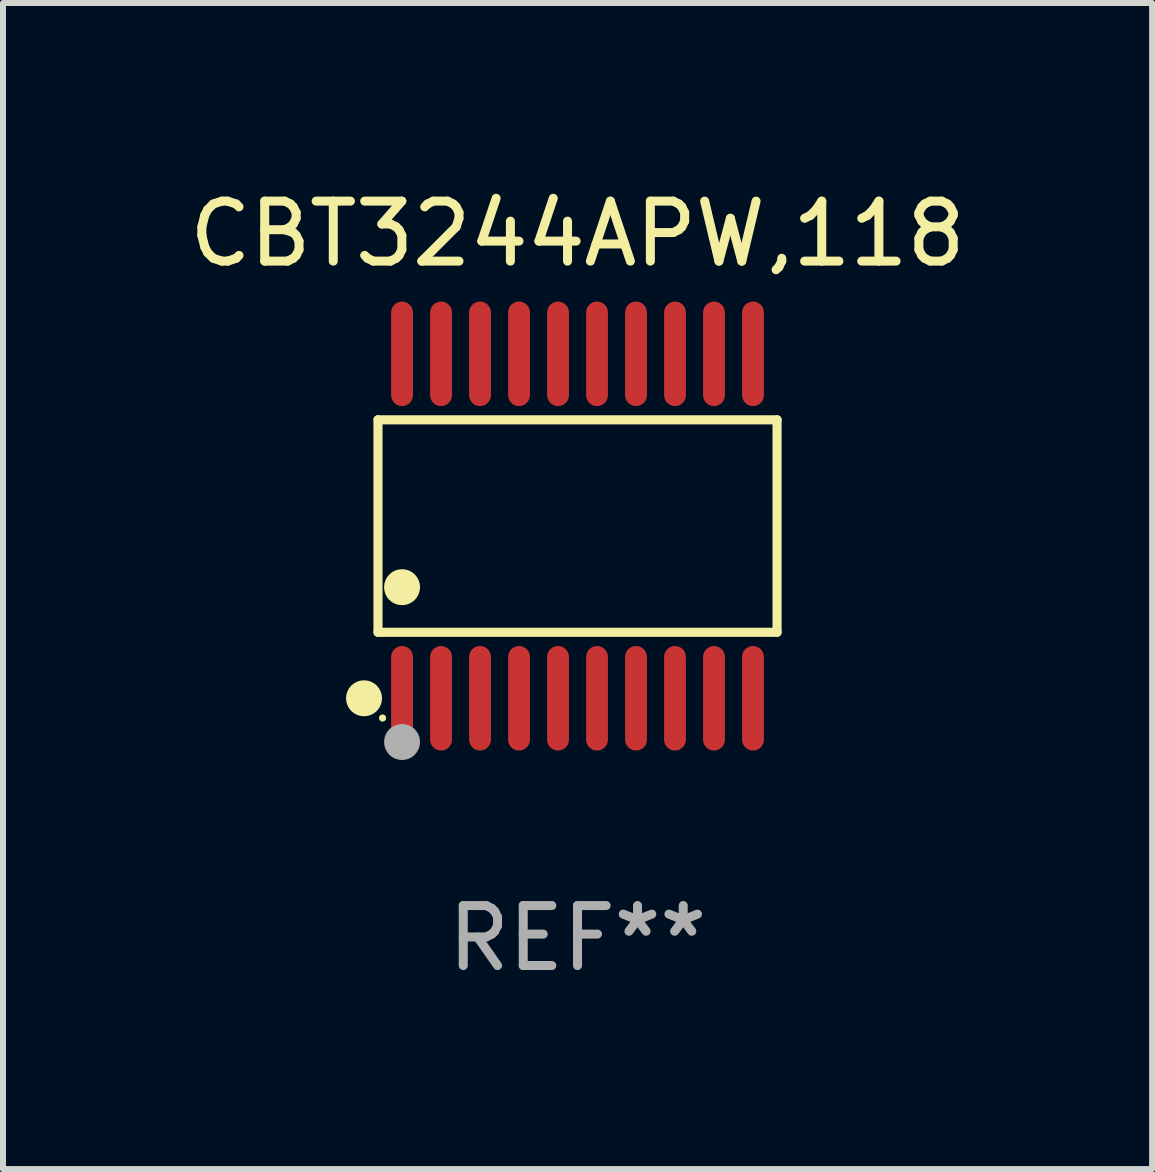
<source format=kicad_pcb>
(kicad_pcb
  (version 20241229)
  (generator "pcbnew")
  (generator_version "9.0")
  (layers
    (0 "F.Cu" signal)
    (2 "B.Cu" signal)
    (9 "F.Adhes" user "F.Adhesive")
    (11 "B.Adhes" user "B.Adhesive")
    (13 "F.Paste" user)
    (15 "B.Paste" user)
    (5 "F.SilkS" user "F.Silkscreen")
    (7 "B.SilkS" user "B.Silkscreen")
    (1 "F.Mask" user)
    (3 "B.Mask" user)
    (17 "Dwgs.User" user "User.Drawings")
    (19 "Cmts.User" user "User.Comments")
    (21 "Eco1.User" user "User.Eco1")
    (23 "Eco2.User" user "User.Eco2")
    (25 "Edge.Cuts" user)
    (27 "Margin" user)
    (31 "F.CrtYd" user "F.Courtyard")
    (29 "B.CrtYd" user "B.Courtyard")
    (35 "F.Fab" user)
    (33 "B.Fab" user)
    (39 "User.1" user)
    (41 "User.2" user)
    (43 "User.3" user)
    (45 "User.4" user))
  (footprint "CBT3244APW,118"
    (layer "F.Cu")
    (at 6.577 5.719)
    (property "Reference" "CBT3244APW,118" (at 0 -4.871 0) (layer "F.SilkS") (effects (font (size 1 1) (thickness 0.15))))
    (attr through_hole)
    (fp_line (start -3.326 -1.771) (end 3.326 -1.771) (stroke (width 0.152) (type solid)) (layer "F.SilkS"))
    (fp_line (start -3.326 1.771) (end -3.326 -1.771) (stroke (width 0.152) (type solid)) (layer "F.SilkS"))
    (fp_line (start 3.326 -1.771) (end 3.326 1.771) (stroke (width 0.152) (type solid)) (layer "F.SilkS"))
    (fp_line (start 3.326 1.771) (end -3.326 1.771) (stroke (width 0.152) (type solid)) (layer "F.SilkS"))
    (fp_circle (center -3.559 2.871) (end -3.409 2.871) (stroke (width 0.3) (type solid)) (fill no) (layer "F.SilkS"))
    (fp_circle (center -3.25 3.2) (end -3.22 3.2) (stroke (width 0.06) (type solid)) (fill no) (layer "F.SilkS"))
    (fp_circle (center -2.925 1.019) (end -2.775 1.019) (stroke (width 0.3) (type solid)) (fill no) (layer "F.SilkS"))
    (fp_circle (center -2.925 3.6) (end -2.775 3.6) (stroke (width 0.3) (type solid)) (fill no) (layer "F.Fab"))
    (fp_text user "REF**" (at 0 6.871 0) (layer "F.Fab") (effects (font (size 1 1) (thickness 0.15))))
    (pad "1" smd oval (at -2.925 2.871) (size 0.364 1.742) (layers "F.Cu" "F.Mask" "F.Paste"))
    (pad "2" smd oval (at -2.275 2.871) (size 0.364 1.742) (layers "F.Cu" "F.Mask" "F.Paste"))
    (pad "3" smd oval (at -1.625 2.871) (size 0.364 1.742) (layers "F.Cu" "F.Mask" "F.Paste"))
    (pad "4" smd oval (at -0.975 2.871) (size 0.364 1.742) (layers "F.Cu" "F.Mask" "F.Paste"))
    (pad "5" smd oval (at -0.325 2.871) (size 0.364 1.742) (layers "F.Cu" "F.Mask" "F.Paste"))
    (pad "6" smd oval (at 0.325 2.871) (size 0.364 1.742) (layers "F.Cu" "F.Mask" "F.Paste"))
    (pad "7" smd oval (at 0.975 2.871) (size 0.364 1.742) (layers "F.Cu" "F.Mask" "F.Paste"))
    (pad "8" smd oval (at 1.625 2.871) (size 0.364 1.742) (layers "F.Cu" "F.Mask" "F.Paste"))
    (pad "9" smd oval (at 2.275 2.871) (size 0.364 1.742) (layers "F.Cu" "F.Mask" "F.Paste"))
    (pad "10" smd oval (at 2.925 2.871) (size 0.364 1.742) (layers "F.Cu" "F.Mask" "F.Paste"))
    (pad "11" smd oval (at 2.925 -2.871) (size 0.364 1.742) (layers "F.Cu" "F.Mask" "F.Paste"))
    (pad "12" smd oval (at 2.275 -2.871) (size 0.364 1.742) (layers "F.Cu" "F.Mask" "F.Paste"))
    (pad "13" smd oval (at 1.625 -2.871) (size 0.364 1.742) (layers "F.Cu" "F.Mask" "F.Paste"))
    (pad "14" smd oval (at 0.975 -2.871) (size 0.364 1.742) (layers "F.Cu" "F.Mask" "F.Paste"))
    (pad "15" smd oval (at 0.325 -2.871) (size 0.364 1.742) (layers "F.Cu" "F.Mask" "F.Paste"))
    (pad "16" smd oval (at -0.325 -2.871) (size 0.364 1.742) (layers "F.Cu" "F.Mask" "F.Paste"))
    (pad "17" smd oval (at -0.975 -2.871) (size 0.364 1.742) (layers "F.Cu" "F.Mask" "F.Paste"))
    (pad "18" smd oval (at -1.625 -2.871) (size 0.364 1.742) (layers "F.Cu" "F.Mask" "F.Paste"))
    (pad "19" smd oval (at -2.275 -2.871) (size 0.364 1.742) (layers "F.Cu" "F.Mask" "F.Paste"))
    (pad "20" smd oval (at -2.925 -2.871) (size 0.364 1.742) (layers "F.Cu" "F.Mask" "F.Paste")))
  (gr_rect
    (start -3 -3)
    (end 16.155 16.438)
    (stroke (width 0.1) (type default))
    (fill no)
    (layer "Edge.Cuts")))
</source>
